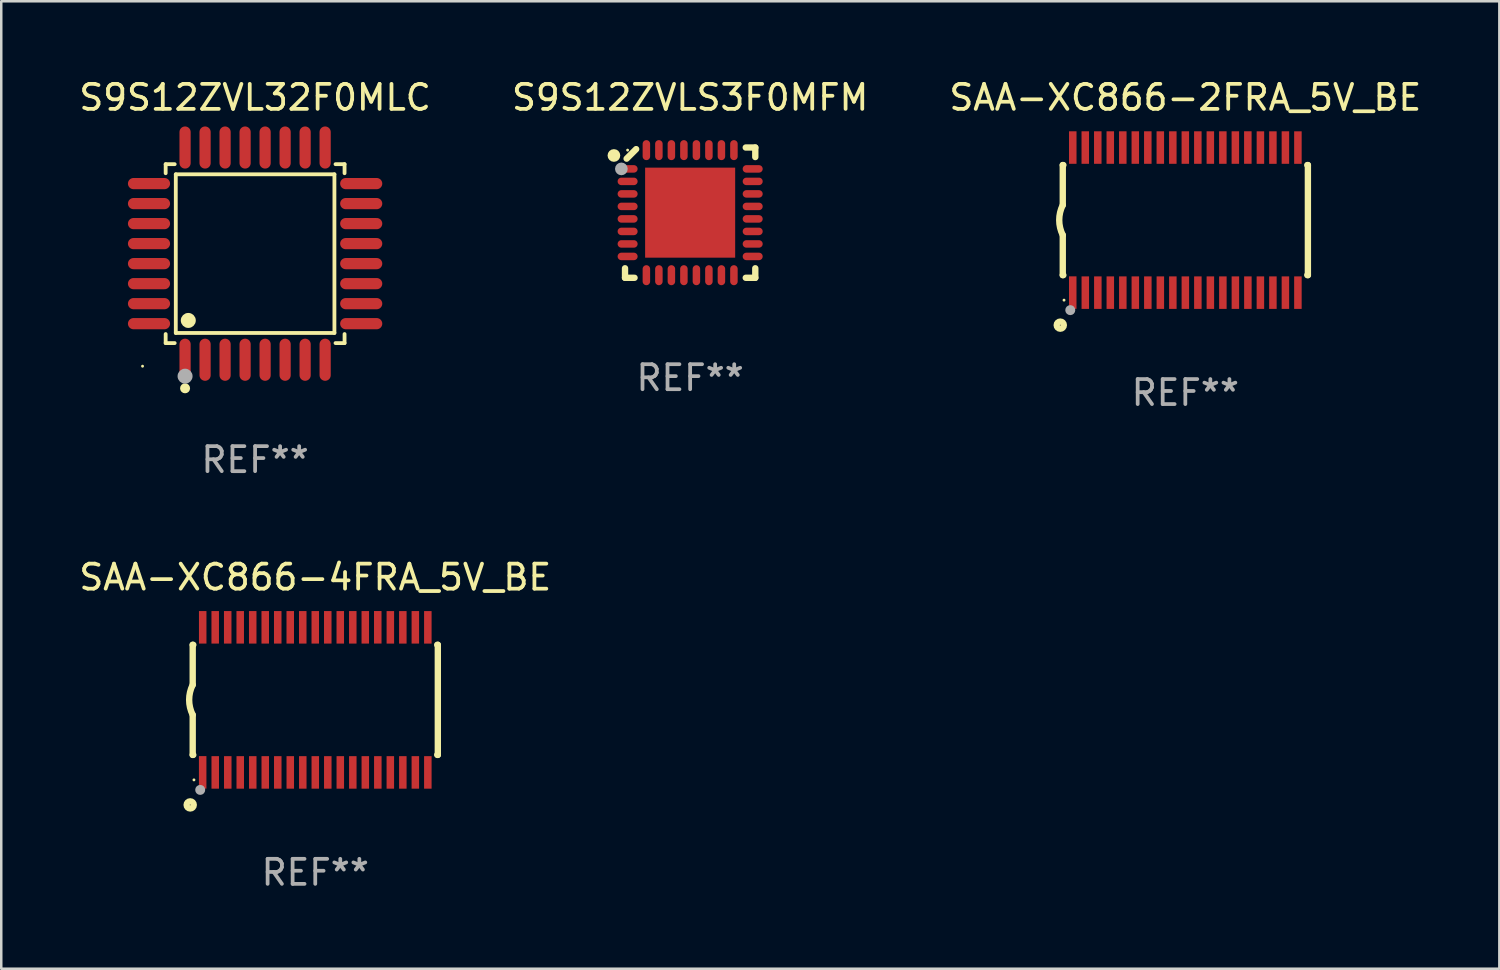
<source format=kicad_pcb>
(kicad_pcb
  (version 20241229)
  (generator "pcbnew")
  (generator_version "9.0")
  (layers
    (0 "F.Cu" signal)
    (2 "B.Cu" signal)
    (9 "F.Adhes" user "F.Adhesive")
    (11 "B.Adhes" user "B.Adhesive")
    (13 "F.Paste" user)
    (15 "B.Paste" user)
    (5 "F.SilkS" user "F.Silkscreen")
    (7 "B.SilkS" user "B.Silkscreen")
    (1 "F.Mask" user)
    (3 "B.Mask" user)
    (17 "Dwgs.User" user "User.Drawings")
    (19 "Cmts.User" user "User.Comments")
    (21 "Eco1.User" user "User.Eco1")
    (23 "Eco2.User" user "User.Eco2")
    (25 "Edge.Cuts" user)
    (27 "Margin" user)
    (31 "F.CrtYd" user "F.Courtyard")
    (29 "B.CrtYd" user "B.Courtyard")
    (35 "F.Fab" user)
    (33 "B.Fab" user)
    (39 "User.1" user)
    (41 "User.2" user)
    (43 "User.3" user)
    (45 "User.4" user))
  (footprint "S9S12ZVLS3F0MFM"
    (layer "F.Cu")
    (at 24.542 5.452)
    (property "Reference" "S9S12ZVLS3F0MFM" (at 0 -4.604 0) (layer "F.SilkS") (effects (font (size 1 1) (thickness 0.15))))
    (attr through_hole)
    (fp_line (start -2.604 2.223) (end -2.604 2.604) (stroke (width 0.254) (type solid)) (layer "F.SilkS"))
    (fp_line (start -2.604 2.604) (end -2.223 2.604) (stroke (width 0.254) (type solid)) (layer "F.SilkS"))
    (fp_line (start -2.159 -2.54) (end -2.54 -2.159) (stroke (width 0.254) (type solid)) (layer "F.SilkS"))
    (fp_line (start 2.223 2.604) (end 2.604 2.604) (stroke (width 0.254) (type solid)) (layer "F.SilkS"))
    (fp_line (start 2.604 -2.604) (end 2.223 -2.604) (stroke (width 0.254) (type solid)) (layer "F.SilkS"))
    (fp_line (start 2.604 -2.223) (end 2.604 -2.604) (stroke (width 0.254) (type solid)) (layer "F.SilkS"))
    (fp_line (start 2.604 2.604) (end 2.604 2.223) (stroke (width 0.254) (type solid)) (layer "F.SilkS"))
    (fp_circle (center -3.048 -2.286) (end -2.921 -2.286) (stroke (width 0.254) (type solid)) (fill no) (layer "F.SilkS"))
    (fp_circle (center -2.5 -2.5) (end -2.47 -2.5) (stroke (width 0.06) (type solid)) (fill no) (layer "F.SilkS"))
    (fp_circle (center -2.75 -1.75) (end -2.623 -1.75) (stroke (width 0.254) (type solid)) (fill no) (layer "F.Fab"))
    (fp_text user "REF**" (at 0 6.604 0) (layer "F.Fab") (effects (font (size 1 1) (thickness 0.15))))
    (pad "1" smd oval (at -2.5 -1.75) (size 0.8 0.3) (layers "F.Cu" "F.Mask" "F.Paste"))
    (pad "2" smd oval (at -2.5 -1.25) (size 0.8 0.3) (layers "F.Cu" "F.Mask" "F.Paste"))
    (pad "3" smd oval (at -2.5 -0.75) (size 0.8 0.3) (layers "F.Cu" "F.Mask" "F.Paste"))
    (pad "4" smd oval (at -2.5 -0.25) (size 0.8 0.3) (layers "F.Cu" "F.Mask" "F.Paste"))
    (pad "5" smd oval (at -2.5 0.25) (size 0.8 0.3) (layers "F.Cu" "F.Mask" "F.Paste"))
    (pad "6" smd oval (at -2.5 0.75) (size 0.8 0.3) (layers "F.Cu" "F.Mask" "F.Paste"))
    (pad "7" smd oval (at -2.5 1.25) (size 0.8 0.3) (layers "F.Cu" "F.Mask" "F.Paste"))
    (pad "8" smd oval (at -2.5 1.75) (size 0.8 0.3) (layers "F.Cu" "F.Mask" "F.Paste"))
    (pad "9" smd oval (at -1.75 2.5) (size 0.3 0.8) (layers "F.Cu" "F.Mask" "F.Paste"))
    (pad "10" smd oval (at -1.25 2.5) (size 0.3 0.8) (layers "F.Cu" "F.Mask" "F.Paste"))
    (pad "11" smd oval (at -0.75 2.5) (size 0.3 0.8) (layers "F.Cu" "F.Mask" "F.Paste"))
    (pad "12" smd oval (at -0.25 2.5) (size 0.3 0.8) (layers "F.Cu" "F.Mask" "F.Paste"))
    (pad "13" smd oval (at 0.25 2.5) (size 0.3 0.8) (layers "F.Cu" "F.Mask" "F.Paste"))
    (pad "14" smd oval (at 0.75 2.5) (size 0.3 0.8) (layers "F.Cu" "F.Mask" "F.Paste"))
    (pad "15" smd oval (at 1.25 2.5) (size 0.3 0.8) (layers "F.Cu" "F.Mask" "F.Paste"))
    (pad "16" smd oval (at 1.75 2.5) (size 0.3 0.8) (layers "F.Cu" "F.Mask" "F.Paste"))
    (pad "17" smd oval (at 2.5 1.75) (size 0.8 0.3) (layers "F.Cu" "F.Mask" "F.Paste"))
    (pad "18" smd oval (at 2.5 1.25) (size 0.8 0.3) (layers "F.Cu" "F.Mask" "F.Paste"))
    (pad "19" smd oval (at 2.5 0.75) (size 0.8 0.3) (layers "F.Cu" "F.Mask" "F.Paste"))
    (pad "20" smd oval (at 2.5 0.25) (size 0.8 0.3) (layers "F.Cu" "F.Mask" "F.Paste"))
    (pad "21" smd oval (at 2.5 -0.25) (size 0.8 0.3) (layers "F.Cu" "F.Mask" "F.Paste"))
    (pad "22" smd oval (at 2.5 -0.75) (size 0.8 0.3) (layers "F.Cu" "F.Mask" "F.Paste"))
    (pad "23" smd oval (at 2.5 -1.25) (size 0.8 0.3) (layers "F.Cu" "F.Mask" "F.Paste"))
    (pad "24" smd oval (at 2.5 -1.75) (size 0.8 0.3) (layers "F.Cu" "F.Mask" "F.Paste"))
    (pad "25" smd oval (at 1.75 -2.5) (size 0.3 0.8) (layers "F.Cu" "F.Mask" "F.Paste"))
    (pad "26" smd oval (at 1.25 -2.5) (size 0.3 0.8) (layers "F.Cu" "F.Mask" "F.Paste"))
    (pad "27" smd oval (at 0.75 -2.5) (size 0.3 0.8) (layers "F.Cu" "F.Mask" "F.Paste"))
    (pad "28" smd oval (at 0.25 -2.5) (size 0.3 0.8) (layers "F.Cu" "F.Mask" "F.Paste"))
    (pad "29" smd oval (at -0.25 -2.5) (size 0.3 0.8) (layers "F.Cu" "F.Mask" "F.Paste"))
    (pad "30" smd oval (at -0.75 -2.5) (size 0.3 0.8) (layers "F.Cu" "F.Mask" "F.Paste"))
    (pad "31" smd oval (at -1.25 -2.5) (size 0.3 0.8) (layers "F.Cu" "F.Mask" "F.Paste"))
    (pad "32" smd oval (at -1.75 -2.5) (size 0.3 0.8) (layers "F.Cu" "F.Mask" "F.Paste"))
    (pad "33" smd rect (at -0.000076 0) (size 3.6 3.6) (layers "F.Cu" "F.Mask" "F.Paste")))
  (footprint "SAA-XC866-2FRA_5V_BE"
    (layer "F.Cu")
    (at 44.339 5.749)
    (property "Reference" "SAA-XC866-2FRA_5V_BE" (at 0 -4.901 0) (layer "F.SilkS") (effects (font (size 1 1) (thickness 0.15))))
    (attr through_hole)
    (fp_line (start -4.9 -2.2) (end -4.9 -0.6) (stroke (width 0.254) (type solid)) (layer "F.SilkS"))
    (fp_line (start -4.9 -2.2) (end -4.876 -2.2) (stroke (width 0.254) (type solid)) (layer "F.SilkS"))
    (fp_line (start -4.9 2.2) (end -4.9 0.6) (stroke (width 0.254) (type solid)) (layer "F.SilkS"))
    (fp_line (start -4.9 2.2) (end -4.877 2.2) (stroke (width 0.254) (type solid)) (layer "F.SilkS"))
    (fp_line (start 4.876 -2.2) (end 4.9 -2.2) (stroke (width 0.254) (type solid)) (layer "F.SilkS"))
    (fp_line (start 4.877 2.2) (end 4.9 2.2) (stroke (width 0.254) (type solid)) (layer "F.SilkS"))
    (fp_line (start 4.9 -2.2) (end 4.9 2.2) (stroke (width 0.254) (type solid)) (layer "F.SilkS"))
    (fp_arc (start -4.900051 0.599822) (mid -5.041652 -0.000095) (end -4.9 -0.6) (stroke (width 0.254001) (type solid)) (layer "F.SilkS"))
    (fp_circle (center -5 4.2) (end -4.857 4.2) (stroke (width 0.254) (type solid)) (fill no) (layer "F.SilkS"))
    (fp_circle (center -4.85 3.2) (end -4.82 3.2) (stroke (width 0.06) (type solid)) (fill no) (layer "F.SilkS"))
    (fp_circle (center -4.6 3.6) (end -4.5 3.6) (stroke (width 0.2) (type solid)) (fill no) (layer "F.Fab"))
    (fp_text user "REF**" (at 0 6.901 0) (layer "F.Fab") (effects (font (size 1 1) (thickness 0.15))))
    (pad "1" smd rect (at -4.501 2.899 90) (size 1.3 0.3) (layers "F.Cu" "F.Mask" "F.Paste"))
    (pad "2" smd rect (at -3.999 2.901 90) (size 1.3 0.3) (layers "F.Cu" "F.Mask" "F.Paste"))
    (pad "3" smd rect (at -3.498 2.901 90) (size 1.3 0.3) (layers "F.Cu" "F.Mask" "F.Paste"))
    (pad "4" smd rect (at -2.999 2.901 90) (size 1.3 0.3) (layers "F.Cu" "F.Mask" "F.Paste"))
    (pad "5" smd rect (at -2.499 2.901 90) (size 1.3 0.3) (layers "F.Cu" "F.Mask" "F.Paste"))
    (pad "6" smd rect (at -1.999 2.901 90) (size 1.3 0.3) (layers "F.Cu" "F.Mask" "F.Paste"))
    (pad "7" smd rect (at -1.499 2.901 90) (size 1.3 0.3) (layers "F.Cu" "F.Mask" "F.Paste"))
    (pad "8" smd rect (at -0.999 2.901 90) (size 1.3 0.3) (layers "F.Cu" "F.Mask" "F.Paste"))
    (pad "9" smd rect (at -0.499 2.901 90) (size 1.3 0.3) (layers "F.Cu" "F.Mask" "F.Paste"))
    (pad "10" smd rect (at 0.001 2.901 90) (size 1.3 0.3) (layers "F.Cu" "F.Mask" "F.Paste"))
    (pad "11" smd rect (at 0.501 2.901 90) (size 1.3 0.3) (layers "F.Cu" "F.Mask" "F.Paste"))
    (pad "12" smd rect (at 1.001 2.901 90) (size 1.3 0.3) (layers "F.Cu" "F.Mask" "F.Paste"))
    (pad "13" smd rect (at 1.501 2.901 90) (size 1.3 0.3) (layers "F.Cu" "F.Mask" "F.Paste"))
    (pad "14" smd rect (at 2.001 2.901 90) (size 1.3 0.3) (layers "F.Cu" "F.Mask" "F.Paste"))
    (pad "15" smd rect (at 2.501 2.901 90) (size 1.3 0.3) (layers "F.Cu" "F.Mask" "F.Paste"))
    (pad "16" smd rect (at 3.001 2.901 90) (size 1.3 0.3) (layers "F.Cu" "F.Mask" "F.Paste"))
    (pad "17" smd rect (at 3.501 2.901 90) (size 1.3 0.3) (layers "F.Cu" "F.Mask" "F.Paste"))
    (pad "18" smd rect (at 4.001 2.901 90) (size 1.3 0.3) (layers "F.Cu" "F.Mask" "F.Paste"))
    (pad "19" smd rect (at 4.501 2.901 90) (size 1.3 0.3) (layers "F.Cu" "F.Mask" "F.Paste"))
    (pad "20" smd rect (at 4.501 -2.899 90) (size 1.3 0.3) (layers "F.Cu" "F.Mask" "F.Paste"))
    (pad "21" smd rect (at 4.001 -2.9 90) (size 1.3 0.3) (layers "F.Cu" "F.Mask" "F.Paste"))
    (pad "22" smd rect (at 3.501 -2.899 90) (size 1.3 0.3) (layers "F.Cu" "F.Mask" "F.Paste"))
    (pad "23" smd rect (at 3.002 -2.899 90) (size 1.3 0.3) (layers "F.Cu" "F.Mask" "F.Paste"))
    (pad "24" smd rect (at 2.499 -2.901 90) (size 1.3 0.3) (layers "F.Cu" "F.Mask" "F.Paste"))
    (pad "25" smd rect (at 2 -2.9 90) (size 1.3 0.3) (layers "F.Cu" "F.Mask" "F.Paste"))
    (pad "26" smd rect (at 1.5 -2.9 90) (size 1.3 0.3) (layers "F.Cu" "F.Mask" "F.Paste"))
    (pad "27" smd rect (at 1 -2.9 90) (size 1.3 0.3) (layers "F.Cu" "F.Mask" "F.Paste"))
    (pad "28" smd rect (at 0.5 -2.9 90) (size 1.3 0.3) (layers "F.Cu" "F.Mask" "F.Paste"))
    (pad "29" smd rect (at 0.000127 -2.9 90) (size 1.3 0.3) (layers "F.Cu" "F.Mask" "F.Paste"))
    (pad "30" smd rect (at -0.5 -2.9 90) (size 1.3 0.3) (layers "F.Cu" "F.Mask" "F.Paste"))
    (pad "31" smd rect (at -1 -2.9 90) (size 1.3 0.3) (layers "F.Cu" "F.Mask" "F.Paste"))
    (pad "32" smd rect (at -1.5 -2.9 90) (size 1.3 0.3) (layers "F.Cu" "F.Mask" "F.Paste"))
    (pad "33" smd rect (at -2 -2.9 90) (size 1.3 0.3) (layers "F.Cu" "F.Mask" "F.Paste"))
    (pad "34" smd rect (at -2.5 -2.9 90) (size 1.3 0.3) (layers "F.Cu" "F.Mask" "F.Paste"))
    (pad "35" smd rect (at -3 -2.9 90) (size 1.3 0.3) (layers "F.Cu" "F.Mask" "F.Paste"))
    (pad "36" smd rect (at -3.5 -2.9 90) (size 1.3 0.3) (layers "F.Cu" "F.Mask" "F.Paste"))
    (pad "37" smd rect (at -4 -2.9 90) (size 1.3 0.3) (layers "F.Cu" "F.Mask" "F.Paste"))
    (pad "38" smd rect (at -4.5 -2.9 90) (size 1.3 0.3) (layers "F.Cu" "F.Mask" "F.Paste")))
  (footprint "S9S12ZVL32F0MLC"
    (layer "F.Cu")
    (at 7.149 7.09)
    (property "Reference" "S9S12ZVL32F0MLC" (at 0 -6.242 0) (layer "F.SilkS") (effects (font (size 1 1) (thickness 0.15))))
    (attr through_hole)
    (fp_line (start -3.576 -3.576) (end -3.215 -3.576) (stroke (width 0.152) (type solid)) (layer "F.SilkS"))
    (fp_line (start -3.576 -3.215) (end -3.576 -3.576) (stroke (width 0.152) (type solid)) (layer "F.SilkS"))
    (fp_line (start -3.576 3.215) (end -3.576 3.576) (stroke (width 0.152) (type solid)) (layer "F.SilkS"))
    (fp_line (start -3.576 3.576) (end -3.215 3.576) (stroke (width 0.152) (type solid)) (layer "F.SilkS"))
    (fp_line (start -3.171 -3.171) (end 3.171 -3.171) (stroke (width 0.152) (type solid)) (layer "F.SilkS"))
    (fp_line (start -3.171 3.171) (end -3.171 -3.171) (stroke (width 0.152) (type solid)) (layer "F.SilkS"))
    (fp_line (start 3.171 -3.171) (end 3.171 3.171) (stroke (width 0.152) (type solid)) (layer "F.SilkS"))
    (fp_line (start 3.171 3.171) (end -3.171 3.171) (stroke (width 0.152) (type solid)) (layer "F.SilkS"))
    (fp_line (start 3.576 -3.576) (end 3.215 -3.576) (stroke (width 0.152) (type solid)) (layer "F.SilkS"))
    (fp_line (start 3.576 -3.215) (end 3.576 -3.576) (stroke (width 0.152) (type solid)) (layer "F.SilkS"))
    (fp_line (start 3.576 3.215) (end 3.576 3.576) (stroke (width 0.152) (type solid)) (layer "F.SilkS"))
    (fp_line (start 3.576 3.576) (end 3.215 3.576) (stroke (width 0.152) (type solid)) (layer "F.SilkS"))
    (fp_circle (center -4.5 4.5) (end -4.47 4.5) (stroke (width 0.06) (type solid)) (fill no) (layer "F.SilkS"))
    (fp_circle (center -2.8 5.384) (end -2.7 5.384) (stroke (width 0.2) (type solid)) (fill no) (layer "F.SilkS"))
    (fp_circle (center -2.671 2.671) (end -2.521 2.671) (stroke (width 0.3) (type solid)) (fill no) (layer "F.SilkS"))
    (fp_circle (center -2.8 4.9) (end -2.65 4.9) (stroke (width 0.3) (type solid)) (fill no) (layer "F.Fab"))
    (fp_text user "REF**" (at 0 8.242 0) (layer "F.Fab") (effects (font (size 1 1) (thickness 0.15))))
    (pad "1" smd oval (at -2.8 4.242) (size 0.448 1.684) (layers "F.Cu" "F.Mask" "F.Paste"))
    (pad "2" smd oval (at -2 4.242) (size 0.448 1.684) (layers "F.Cu" "F.Mask" "F.Paste"))
    (pad "3" smd oval (at -1.2 4.242) (size 0.448 1.684) (layers "F.Cu" "F.Mask" "F.Paste"))
    (pad "4" smd oval (at -0.4 4.242) (size 0.448 1.684) (layers "F.Cu" "F.Mask" "F.Paste"))
    (pad "5" smd oval (at 0.4 4.242) (size 0.448 1.684) (layers "F.Cu" "F.Mask" "F.Paste"))
    (pad "6" smd oval (at 1.2 4.242) (size 0.448 1.684) (layers "F.Cu" "F.Mask" "F.Paste"))
    (pad "7" smd oval (at 2 4.242) (size 0.448 1.684) (layers "F.Cu" "F.Mask" "F.Paste"))
    (pad "8" smd oval (at 2.8 4.242) (size 0.448 1.684) (layers "F.Cu" "F.Mask" "F.Paste"))
    (pad "9" smd oval (at 4.242 2.8) (size 1.684 0.448) (layers "F.Cu" "F.Mask" "F.Paste"))
    (pad "10" smd oval (at 4.242 2) (size 1.684 0.448) (layers "F.Cu" "F.Mask" "F.Paste"))
    (pad "11" smd oval (at 4.242 1.2) (size 1.684 0.448) (layers "F.Cu" "F.Mask" "F.Paste"))
    (pad "12" smd oval (at 4.242 0.4) (size 1.684 0.448) (layers "F.Cu" "F.Mask" "F.Paste"))
    (pad "13" smd oval (at 4.242 -0.4) (size 1.684 0.448) (layers "F.Cu" "F.Mask" "F.Paste"))
    (pad "14" smd oval (at 4.242 -1.2) (size 1.684 0.448) (layers "F.Cu" "F.Mask" "F.Paste"))
    (pad "15" smd oval (at 4.242 -2) (size 1.684 0.448) (layers "F.Cu" "F.Mask" "F.Paste"))
    (pad "16" smd oval (at 4.242 -2.8) (size 1.684 0.448) (layers "F.Cu" "F.Mask" "F.Paste"))
    (pad "17" smd oval (at 2.8 -4.242) (size 0.448 1.684) (layers "F.Cu" "F.Mask" "F.Paste"))
    (pad "18" smd oval (at 2 -4.242) (size 0.448 1.684) (layers "F.Cu" "F.Mask" "F.Paste"))
    (pad "19" smd oval (at 1.2 -4.242) (size 0.448 1.684) (layers "F.Cu" "F.Mask" "F.Paste"))
    (pad "20" smd oval (at 0.4 -4.242) (size 0.448 1.684) (layers "F.Cu" "F.Mask" "F.Paste"))
    (pad "21" smd oval (at -0.4 -4.242) (size 0.448 1.684) (layers "F.Cu" "F.Mask" "F.Paste"))
    (pad "22" smd oval (at -1.2 -4.242) (size 0.448 1.684) (layers "F.Cu" "F.Mask" "F.Paste"))
    (pad "23" smd oval (at -2 -4.242) (size 0.448 1.684) (layers "F.Cu" "F.Mask" "F.Paste"))
    (pad "24" smd oval (at -2.8 -4.242) (size 0.448 1.684) (layers "F.Cu" "F.Mask" "F.Paste"))
    (pad "25" smd oval (at -4.242 -2.8) (size 1.684 0.448) (layers "F.Cu" "F.Mask" "F.Paste"))
    (pad "26" smd oval (at -4.242 -2) (size 1.684 0.448) (layers "F.Cu" "F.Mask" "F.Paste"))
    (pad "27" smd oval (at -4.242 -1.2) (size 1.684 0.448) (layers "F.Cu" "F.Mask" "F.Paste"))
    (pad "28" smd oval (at -4.242 -0.4) (size 1.684 0.448) (layers "F.Cu" "F.Mask" "F.Paste"))
    (pad "29" smd oval (at -4.242 0.4) (size 1.684 0.448) (layers "F.Cu" "F.Mask" "F.Paste"))
    (pad "30" smd oval (at -4.242 1.2) (size 1.684 0.448) (layers "F.Cu" "F.Mask" "F.Paste"))
    (pad "31" smd oval (at -4.242 2) (size 1.684 0.448) (layers "F.Cu" "F.Mask" "F.Paste"))
    (pad "32" smd oval (at -4.242 2.8) (size 1.684 0.448) (layers "F.Cu" "F.Mask" "F.Paste")))
  (footprint "SAA-XC866-4FRA_5V_BE"
    (layer "F.Cu")
    (at 9.554 24.93)
    (property "Reference" "SAA-XC866-4FRA_5V_BE" (at 0 -4.901 0) (layer "F.SilkS") (effects (font (size 1 1) (thickness 0.15))))
    (attr through_hole)
    (fp_line (start -4.9 -2.2) (end -4.9 -0.6) (stroke (width 0.254) (type solid)) (layer "F.SilkS"))
    (fp_line (start -4.9 -2.2) (end -4.876 -2.2) (stroke (width 0.254) (type solid)) (layer "F.SilkS"))
    (fp_line (start -4.9 2.2) (end -4.9 0.6) (stroke (width 0.254) (type solid)) (layer "F.SilkS"))
    (fp_line (start -4.9 2.2) (end -4.877 2.2) (stroke (width 0.254) (type solid)) (layer "F.SilkS"))
    (fp_line (start 4.876 -2.2) (end 4.9 -2.2) (stroke (width 0.254) (type solid)) (layer "F.SilkS"))
    (fp_line (start 4.877 2.2) (end 4.9 2.2) (stroke (width 0.254) (type solid)) (layer "F.SilkS"))
    (fp_line (start 4.9 -2.2) (end 4.9 2.2) (stroke (width 0.254) (type solid)) (layer "F.SilkS"))
    (fp_arc (start -4.900051 0.599822) (mid -5.041652 -0.000095) (end -4.9 -0.6) (stroke (width 0.254001) (type solid)) (layer "F.SilkS"))
    (fp_circle (center -5 4.2) (end -4.857 4.2) (stroke (width 0.254) (type solid)) (fill no) (layer "F.SilkS"))
    (fp_circle (center -4.85 3.2) (end -4.82 3.2) (stroke (width 0.06) (type solid)) (fill no) (layer "F.SilkS"))
    (fp_circle (center -4.6 3.6) (end -4.5 3.6) (stroke (width 0.2) (type solid)) (fill no) (layer "F.Fab"))
    (fp_text user "REF**" (at 0 6.901 0) (layer "F.Fab") (effects (font (size 1 1) (thickness 0.15))))
    (pad "1" smd rect (at -4.501 2.899 90) (size 1.3 0.3) (layers "F.Cu" "F.Mask" "F.Paste"))
    (pad "2" smd rect (at -3.999 2.901 90) (size 1.3 0.3) (layers "F.Cu" "F.Mask" "F.Paste"))
    (pad "3" smd rect (at -3.498 2.901 90) (size 1.3 0.3) (layers "F.Cu" "F.Mask" "F.Paste"))
    (pad "4" smd rect (at -2.999 2.901 90) (size 1.3 0.3) (layers "F.Cu" "F.Mask" "F.Paste"))
    (pad "5" smd rect (at -2.499 2.901 90) (size 1.3 0.3) (layers "F.Cu" "F.Mask" "F.Paste"))
    (pad "6" smd rect (at -1.999 2.901 90) (size 1.3 0.3) (layers "F.Cu" "F.Mask" "F.Paste"))
    (pad "7" smd rect (at -1.499 2.901 90) (size 1.3 0.3) (layers "F.Cu" "F.Mask" "F.Paste"))
    (pad "8" smd rect (at -0.999 2.901 90) (size 1.3 0.3) (layers "F.Cu" "F.Mask" "F.Paste"))
    (pad "9" smd rect (at -0.499 2.901 90) (size 1.3 0.3) (layers "F.Cu" "F.Mask" "F.Paste"))
    (pad "10" smd rect (at 0.001 2.901 90) (size 1.3 0.3) (layers "F.Cu" "F.Mask" "F.Paste"))
    (pad "11" smd rect (at 0.501 2.901 90) (size 1.3 0.3) (layers "F.Cu" "F.Mask" "F.Paste"))
    (pad "12" smd rect (at 1.001 2.901 90) (size 1.3 0.3) (layers "F.Cu" "F.Mask" "F.Paste"))
    (pad "13" smd rect (at 1.501 2.901 90) (size 1.3 0.3) (layers "F.Cu" "F.Mask" "F.Paste"))
    (pad "14" smd rect (at 2.001 2.901 90) (size 1.3 0.3) (layers "F.Cu" "F.Mask" "F.Paste"))
    (pad "15" smd rect (at 2.501 2.901 90) (size 1.3 0.3) (layers "F.Cu" "F.Mask" "F.Paste"))
    (pad "16" smd rect (at 3.001 2.901 90) (size 1.3 0.3) (layers "F.Cu" "F.Mask" "F.Paste"))
    (pad "17" smd rect (at 3.501 2.901 90) (size 1.3 0.3) (layers "F.Cu" "F.Mask" "F.Paste"))
    (pad "18" smd rect (at 4.001 2.901 90) (size 1.3 0.3) (layers "F.Cu" "F.Mask" "F.Paste"))
    (pad "19" smd rect (at 4.501 2.901 90) (size 1.3 0.3) (layers "F.Cu" "F.Mask" "F.Paste"))
    (pad "20" smd rect (at 4.501 -2.899 90) (size 1.3 0.3) (layers "F.Cu" "F.Mask" "F.Paste"))
    (pad "21" smd rect (at 4.001 -2.9 90) (size 1.3 0.3) (layers "F.Cu" "F.Mask" "F.Paste"))
    (pad "22" smd rect (at 3.501 -2.899 90) (size 1.3 0.3) (layers "F.Cu" "F.Mask" "F.Paste"))
    (pad "23" smd rect (at 3.002 -2.899 90) (size 1.3 0.3) (layers "F.Cu" "F.Mask" "F.Paste"))
    (pad "24" smd rect (at 2.499 -2.901 90) (size 1.3 0.3) (layers "F.Cu" "F.Mask" "F.Paste"))
    (pad "25" smd rect (at 2 -2.9 90) (size 1.3 0.3) (layers "F.Cu" "F.Mask" "F.Paste"))
    (pad "26" smd rect (at 1.5 -2.9 90) (size 1.3 0.3) (layers "F.Cu" "F.Mask" "F.Paste"))
    (pad "27" smd rect (at 1 -2.9 90) (size 1.3 0.3) (layers "F.Cu" "F.Mask" "F.Paste"))
    (pad "28" smd rect (at 0.5 -2.9 90) (size 1.3 0.3) (layers "F.Cu" "F.Mask" "F.Paste"))
    (pad "29" smd rect (at 0.000127 -2.9 90) (size 1.3 0.3) (layers "F.Cu" "F.Mask" "F.Paste"))
    (pad "30" smd rect (at -0.5 -2.9 90) (size 1.3 0.3) (layers "F.Cu" "F.Mask" "F.Paste"))
    (pad "31" smd rect (at -1 -2.9 90) (size 1.3 0.3) (layers "F.Cu" "F.Mask" "F.Paste"))
    (pad "32" smd rect (at -1.5 -2.9 90) (size 1.3 0.3) (layers "F.Cu" "F.Mask" "F.Paste"))
    (pad "33" smd rect (at -2 -2.9 90) (size 1.3 0.3) (layers "F.Cu" "F.Mask" "F.Paste"))
    (pad "34" smd rect (at -2.5 -2.9 90) (size 1.3 0.3) (layers "F.Cu" "F.Mask" "F.Paste"))
    (pad "35" smd rect (at -3 -2.9 90) (size 1.3 0.3) (layers "F.Cu" "F.Mask" "F.Paste"))
    (pad "36" smd rect (at -3.5 -2.9 90) (size 1.3 0.3) (layers "F.Cu" "F.Mask" "F.Paste"))
    (pad "37" smd rect (at -4 -2.9 90) (size 1.3 0.3) (layers "F.Cu" "F.Mask" "F.Paste"))
    (pad "38" smd rect (at -4.5 -2.9 90) (size 1.3 0.3) (layers "F.Cu" "F.Mask" "F.Paste")))
  (gr_rect
    (start -3 -3)
    (end 56.893 35.679)
    (stroke (width 0.1) (type default))
    (fill no)
    (layer "Edge.Cuts")))
</source>
